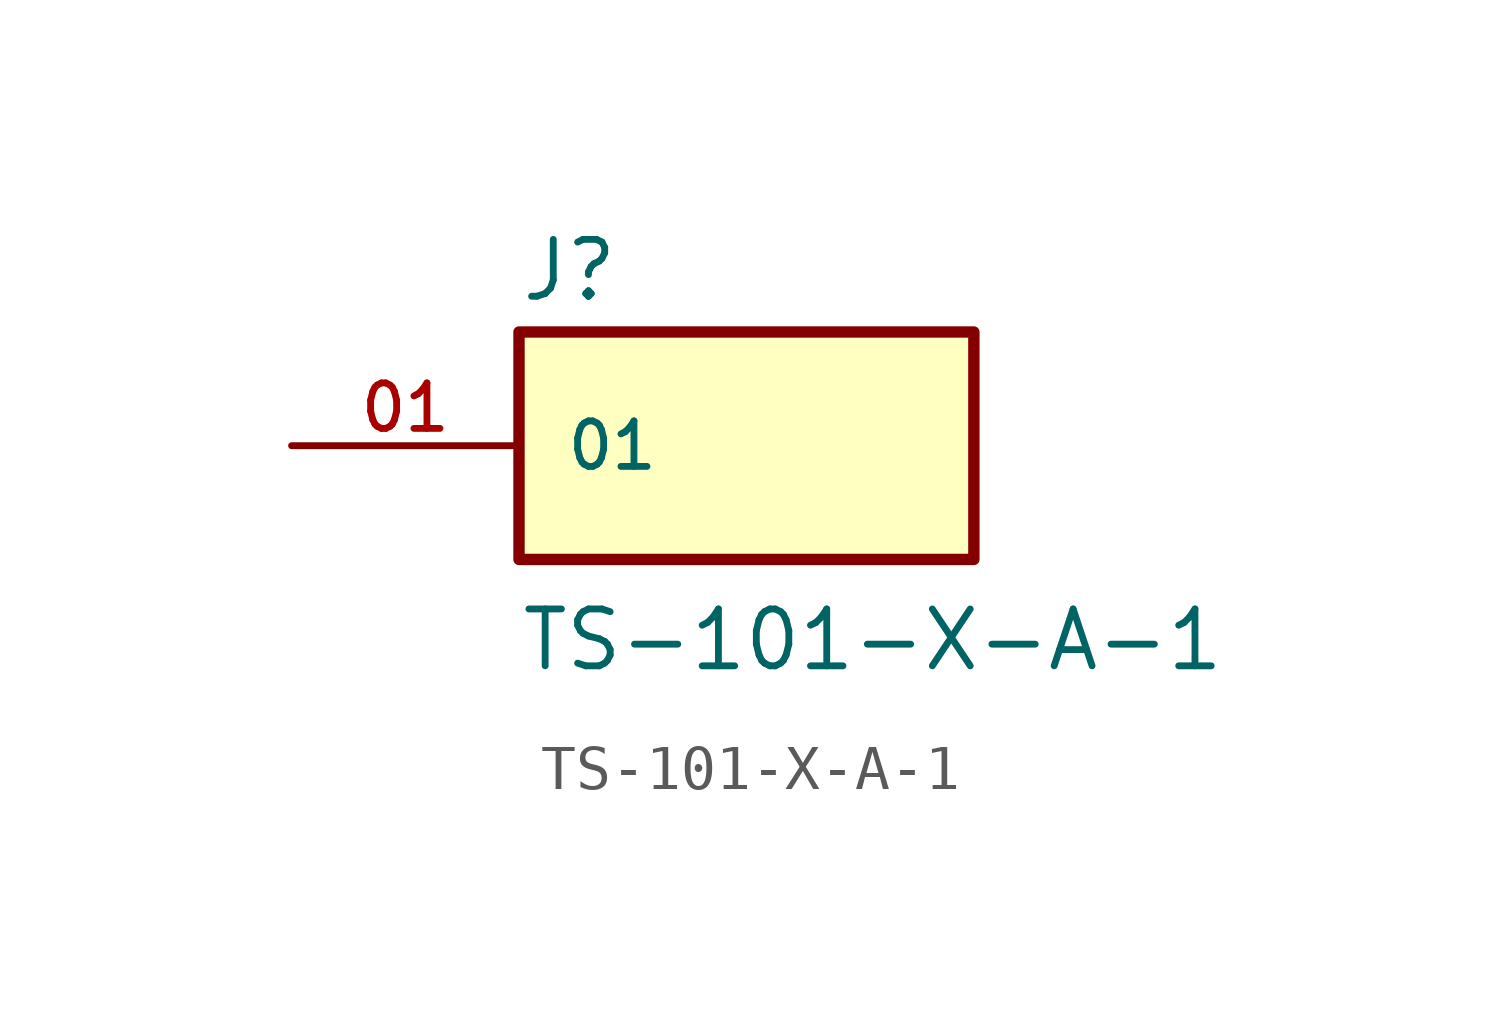
<source format=kicad_sym>
(kicad_symbol_lib
  (version 20211014)
  (generator kicad_symbol_editor)
  (symbol "TS-101-X-A-1"
    (pin_names
      (offset 1.016))
    (property "Reference" "J"
      (at -5.08 3.175 0)
      (effects (font (size 1.27 1.27)) (justify bottom left)))
    (property "Value" "TS-101-X-A-1"
      (at -5.08 -5.08 0)
      (effects (font (size 1.27 1.27)) (justify bottom left)))
    (symbol "TS-101-X-A-1_0_0"
      (rectangle (start -5.08 -2.54) (end 5.08 2.54) (stroke (width 0.254)) (fill (type background)))
      (pin passive line (at -10.16 0.0 0) (length 5.08) (name "01" (effects (font (size 1.016 1.016)))) (number "01" (effects (font (size 1.016 1.016))))))))
</source>
